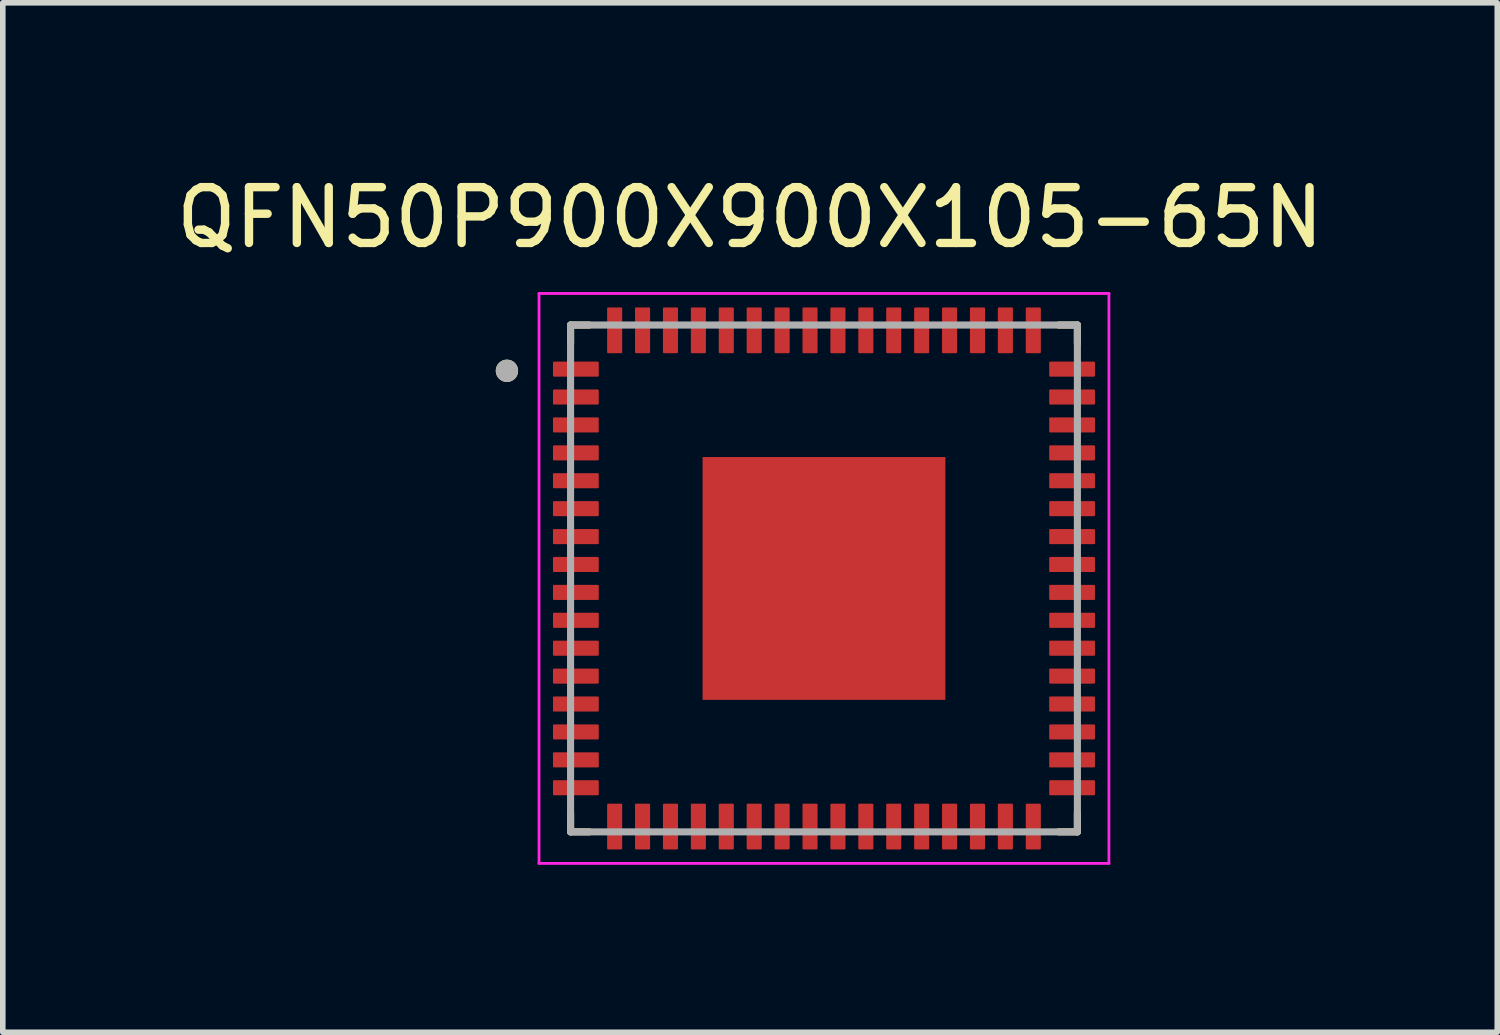
<source format=kicad_pcb>
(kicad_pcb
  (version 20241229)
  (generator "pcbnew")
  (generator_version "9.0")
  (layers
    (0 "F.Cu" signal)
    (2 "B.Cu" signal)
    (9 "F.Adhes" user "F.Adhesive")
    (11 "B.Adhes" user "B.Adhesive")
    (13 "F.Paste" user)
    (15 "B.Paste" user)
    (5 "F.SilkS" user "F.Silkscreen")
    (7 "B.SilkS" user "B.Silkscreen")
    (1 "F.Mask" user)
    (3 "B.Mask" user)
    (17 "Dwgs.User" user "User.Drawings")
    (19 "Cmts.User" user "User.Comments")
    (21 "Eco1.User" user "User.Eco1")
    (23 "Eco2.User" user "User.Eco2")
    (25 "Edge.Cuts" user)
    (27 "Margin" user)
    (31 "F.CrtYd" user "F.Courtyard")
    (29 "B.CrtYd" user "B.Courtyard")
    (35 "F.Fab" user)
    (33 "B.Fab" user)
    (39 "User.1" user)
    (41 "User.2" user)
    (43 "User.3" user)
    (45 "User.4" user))
  (footprint "QFN50P900X900X105-65N"
    (layer "F.Cu")
    (at 11.712 7.313)
    (property "Reference" "QFN50P900X900X105-65N" (at -1.325 -6.465 0) (layer "F.SilkS") (effects (font (size 1 1) (thickness 0.15))))
    (attr smd)
    (fp_line (start -4.54 -4.54) (end -4.54 -4.205) (stroke (width 0.127) (type solid)) (layer "F.SilkS"))
    (fp_line (start -4.54 -4.54) (end -4.205 -4.54) (stroke (width 0.127) (type solid)) (layer "F.SilkS"))
    (fp_line (start -4.54 4.54) (end -4.54 4.205) (stroke (width 0.127) (type solid)) (layer "F.SilkS"))
    (fp_line (start -4.54 4.54) (end -4.205 4.54) (stroke (width 0.127) (type solid)) (layer "F.SilkS"))
    (fp_line (start 4.54 -4.54) (end 4.205 -4.54) (stroke (width 0.127) (type solid)) (layer "F.SilkS"))
    (fp_line (start 4.54 -4.54) (end 4.54 -4.205) (stroke (width 0.127) (type solid)) (layer "F.SilkS"))
    (fp_line (start 4.54 4.54) (end 4.205 4.54) (stroke (width 0.127) (type solid)) (layer "F.SilkS"))
    (fp_line (start 4.54 4.54) (end 4.54 4.205) (stroke (width 0.127) (type solid)) (layer "F.SilkS"))
    (fp_circle (center -5.68 -3.72) (end -5.58 -3.72) (stroke (width 0.2) (type solid)) (fill no) (layer "F.SilkS"))
    (fp_poly (pts (xy -1.86 -1.86) (xy -0.32 -1.86) (xy -0.32 -0.32) (xy -1.86 -0.32)) (stroke (width 0.01) (type solid)) (fill yes) (layer "F.Paste"))
    (fp_poly (pts (xy -1.86 0.32) (xy -0.32 0.32) (xy -0.32 1.86) (xy -1.86 1.86)) (stroke (width 0.01) (type solid)) (fill yes) (layer "F.Paste"))
    (fp_poly (pts (xy 0.32 -1.86) (xy 1.86 -1.86) (xy 1.86 -0.32) (xy 0.32 -0.32)) (stroke (width 0.01) (type solid)) (fill yes) (layer "F.Paste"))
    (fp_poly (pts (xy 0.32 0.32) (xy 1.86 0.32) (xy 1.86 1.86) (xy 0.32 1.86)) (stroke (width 0.01) (type solid)) (fill yes) (layer "F.Paste"))
    (fp_line (start -5.105 -5.105) (end 5.105 -5.105) (stroke (width 0.05) (type solid)) (layer "F.CrtYd"))
    (fp_line (start -5.105 5.105) (end -5.105 -5.105) (stroke (width 0.05) (type solid)) (layer "F.CrtYd"))
    (fp_line (start 5.105 -5.105) (end 5.105 5.105) (stroke (width 0.05) (type solid)) (layer "F.CrtYd"))
    (fp_line (start 5.105 5.105) (end -5.105 5.105) (stroke (width 0.05) (type solid)) (layer "F.CrtYd"))
    (fp_poly (pts (xy 0 -2.575) (xy 0 -3.635) (xy -3.635 -3.635) (xy -3.635 3.635) (xy 0 3.635) (xy 0 2.575) (xy -2.575 2.575) (xy -2.575 -2.575)) (stroke (width 0.0001) (type solid)) (fill no) (layer "F.CrtYd"))
    (fp_poly (pts (xy 0 2.575) (xy 0 3.635) (xy 3.635 3.635) (xy 3.635 -3.635) (xy 0 -3.635) (xy 0 -2.575) (xy 2.575 -2.575) (xy 2.575 2.575)) (stroke (width 0.0001) (type solid)) (fill no) (layer "F.CrtYd"))
    (fp_line (start -4.54 -4.54) (end 4.54 -4.54) (stroke (width 0.127) (type solid)) (layer "F.Fab"))
    (fp_line (start -4.54 4.54) (end -4.54 -4.54) (stroke (width 0.127) (type solid)) (layer "F.Fab"))
    (fp_line (start 4.54 -4.54) (end 4.54 4.54) (stroke (width 0.127) (type solid)) (layer "F.Fab"))
    (fp_line (start 4.54 4.54) (end -4.54 4.54) (stroke (width 0.127) (type solid)) (layer "F.Fab"))
    (fp_circle (center -5.68 -3.72) (end -5.58 -3.72) (stroke (width 0.2) (type solid)) (fill no) (layer "F.Fab"))
    (pad "1" smd roundrect (at -4.445 -3.75) (size 0.82 0.27) (layers "F.Cu" "F.Mask" "F.Paste") (roundrect_rratio 0.07))
    (pad "2" smd roundrect (at -4.445 -3.25) (size 0.82 0.27) (layers "F.Cu" "F.Mask" "F.Paste") (roundrect_rratio 0.07))
    (pad "3" smd roundrect (at -4.445 -2.75) (size 0.82 0.27) (layers "F.Cu" "F.Mask" "F.Paste") (roundrect_rratio 0.07))
    (pad "4" smd roundrect (at -4.445 -2.25) (size 0.82 0.27) (layers "F.Cu" "F.Mask" "F.Paste") (roundrect_rratio 0.07))
    (pad "5" smd roundrect (at -4.445 -1.75) (size 0.82 0.27) (layers "F.Cu" "F.Mask" "F.Paste") (roundrect_rratio 0.07))
    (pad "6" smd roundrect (at -4.445 -1.25) (size 0.82 0.27) (layers "F.Cu" "F.Mask" "F.Paste") (roundrect_rratio 0.07))
    (pad "7" smd roundrect (at -4.445 -0.75) (size 0.82 0.27) (layers "F.Cu" "F.Mask" "F.Paste") (roundrect_rratio 0.07))
    (pad "8" smd roundrect (at -4.445 -0.25) (size 0.82 0.27) (layers "F.Cu" "F.Mask" "F.Paste") (roundrect_rratio 0.07))
    (pad "9" smd roundrect (at -4.445 0.25) (size 0.82 0.27) (layers "F.Cu" "F.Mask" "F.Paste") (roundrect_rratio 0.07))
    (pad "10" smd roundrect (at -4.445 0.75) (size 0.82 0.27) (layers "F.Cu" "F.Mask" "F.Paste") (roundrect_rratio 0.07))
    (pad "11" smd roundrect (at -4.445 1.25) (size 0.82 0.27) (layers "F.Cu" "F.Mask" "F.Paste") (roundrect_rratio 0.07))
    (pad "12" smd roundrect (at -4.445 1.75) (size 0.82 0.27) (layers "F.Cu" "F.Mask" "F.Paste") (roundrect_rratio 0.07))
    (pad "13" smd roundrect (at -4.445 2.25) (size 0.82 0.27) (layers "F.Cu" "F.Mask" "F.Paste") (roundrect_rratio 0.07))
    (pad "14" smd roundrect (at -4.445 2.75) (size 0.82 0.27) (layers "F.Cu" "F.Mask" "F.Paste") (roundrect_rratio 0.07))
    (pad "15" smd roundrect (at -4.445 3.25) (size 0.82 0.27) (layers "F.Cu" "F.Mask" "F.Paste") (roundrect_rratio 0.07))
    (pad "16" smd roundrect (at -4.445 3.75) (size 0.82 0.27) (layers "F.Cu" "F.Mask" "F.Paste") (roundrect_rratio 0.07))
    (pad "17" smd roundrect (at -3.75 4.445 90) (size 0.82 0.27) (layers "F.Cu" "F.Mask" "F.Paste") (roundrect_rratio 0.07))
    (pad "18" smd roundrect (at -3.25 4.445 90) (size 0.82 0.27) (layers "F.Cu" "F.Mask" "F.Paste") (roundrect_rratio 0.07))
    (pad "19" smd roundrect (at -2.75 4.445 90) (size 0.82 0.27) (layers "F.Cu" "F.Mask" "F.Paste") (roundrect_rratio 0.07))
    (pad "20" smd roundrect (at -2.25 4.445 90) (size 0.82 0.27) (layers "F.Cu" "F.Mask" "F.Paste") (roundrect_rratio 0.07))
    (pad "21" smd roundrect (at -1.75 4.445 90) (size 0.82 0.27) (layers "F.Cu" "F.Mask" "F.Paste") (roundrect_rratio 0.07))
    (pad "22" smd roundrect (at -1.25 4.445 90) (size 0.82 0.27) (layers "F.Cu" "F.Mask" "F.Paste") (roundrect_rratio 0.07))
    (pad "23" smd roundrect (at -0.75 4.445 90) (size 0.82 0.27) (layers "F.Cu" "F.Mask" "F.Paste") (roundrect_rratio 0.07))
    (pad "24" smd roundrect (at -0.25 4.445 90) (size 0.82 0.27) (layers "F.Cu" "F.Mask" "F.Paste") (roundrect_rratio 0.07))
    (pad "25" smd roundrect (at 0.25 4.445 90) (size 0.82 0.27) (layers "F.Cu" "F.Mask" "F.Paste") (roundrect_rratio 0.07))
    (pad "26" smd roundrect (at 0.75 4.445 90) (size 0.82 0.27) (layers "F.Cu" "F.Mask" "F.Paste") (roundrect_rratio 0.07))
    (pad "27" smd roundrect (at 1.25 4.445 90) (size 0.82 0.27) (layers "F.Cu" "F.Mask" "F.Paste") (roundrect_rratio 0.07))
    (pad "28" smd roundrect (at 1.75 4.445 90) (size 0.82 0.27) (layers "F.Cu" "F.Mask" "F.Paste") (roundrect_rratio 0.07))
    (pad "29" smd roundrect (at 2.25 4.445 90) (size 0.82 0.27) (layers "F.Cu" "F.Mask" "F.Paste") (roundrect_rratio 0.07))
    (pad "30" smd roundrect (at 2.75 4.445 90) (size 0.82 0.27) (layers "F.Cu" "F.Mask" "F.Paste") (roundrect_rratio 0.07))
    (pad "31" smd roundrect (at 3.25 4.445 90) (size 0.82 0.27) (layers "F.Cu" "F.Mask" "F.Paste") (roundrect_rratio 0.07))
    (pad "32" smd roundrect (at 3.75 4.445 90) (size 0.82 0.27) (layers "F.Cu" "F.Mask" "F.Paste") (roundrect_rratio 0.07))
    (pad "33" smd roundrect (at 4.445 3.75 180) (size 0.82 0.27) (layers "F.Cu" "F.Mask" "F.Paste") (roundrect_rratio 0.07))
    (pad "34" smd roundrect (at 4.445 3.25 180) (size 0.82 0.27) (layers "F.Cu" "F.Mask" "F.Paste") (roundrect_rratio 0.07))
    (pad "35" smd roundrect (at 4.445 2.75 180) (size 0.82 0.27) (layers "F.Cu" "F.Mask" "F.Paste") (roundrect_rratio 0.07))
    (pad "36" smd roundrect (at 4.445 2.25 180) (size 0.82 0.27) (layers "F.Cu" "F.Mask" "F.Paste") (roundrect_rratio 0.07))
    (pad "37" smd roundrect (at 4.445 1.75 180) (size 0.82 0.27) (layers "F.Cu" "F.Mask" "F.Paste") (roundrect_rratio 0.07))
    (pad "38" smd roundrect (at 4.445 1.25 180) (size 0.82 0.27) (layers "F.Cu" "F.Mask" "F.Paste") (roundrect_rratio 0.07))
    (pad "39" smd roundrect (at 4.445 0.75 180) (size 0.82 0.27) (layers "F.Cu" "F.Mask" "F.Paste") (roundrect_rratio 0.07))
    (pad "40" smd roundrect (at 4.445 0.25 180) (size 0.82 0.27) (layers "F.Cu" "F.Mask" "F.Paste") (roundrect_rratio 0.07))
    (pad "41" smd roundrect (at 4.445 -0.25 180) (size 0.82 0.27) (layers "F.Cu" "F.Mask" "F.Paste") (roundrect_rratio 0.07))
    (pad "42" smd roundrect (at 4.445 -0.75 180) (size 0.82 0.27) (layers "F.Cu" "F.Mask" "F.Paste") (roundrect_rratio 0.07))
    (pad "43" smd roundrect (at 4.445 -1.25 180) (size 0.82 0.27) (layers "F.Cu" "F.Mask" "F.Paste") (roundrect_rratio 0.07))
    (pad "44" smd roundrect (at 4.445 -1.75 180) (size 0.82 0.27) (layers "F.Cu" "F.Mask" "F.Paste") (roundrect_rratio 0.07))
    (pad "45" smd roundrect (at 4.445 -2.25 180) (size 0.82 0.27) (layers "F.Cu" "F.Mask" "F.Paste") (roundrect_rratio 0.07))
    (pad "46" smd roundrect (at 4.445 -2.75 180) (size 0.82 0.27) (layers "F.Cu" "F.Mask" "F.Paste") (roundrect_rratio 0.07))
    (pad "47" smd roundrect (at 4.445 -3.25 180) (size 0.82 0.27) (layers "F.Cu" "F.Mask" "F.Paste") (roundrect_rratio 0.07))
    (pad "48" smd roundrect (at 4.445 -3.75 180) (size 0.82 0.27) (layers "F.Cu" "F.Mask" "F.Paste") (roundrect_rratio 0.07))
    (pad "49" smd roundrect (at 3.75 -4.445 270) (size 0.82 0.27) (layers "F.Cu" "F.Mask" "F.Paste") (roundrect_rratio 0.07))
    (pad "50" smd roundrect (at 3.25 -4.445 270) (size 0.82 0.27) (layers "F.Cu" "F.Mask" "F.Paste") (roundrect_rratio 0.07))
    (pad "51" smd roundrect (at 2.75 -4.445 270) (size 0.82 0.27) (layers "F.Cu" "F.Mask" "F.Paste") (roundrect_rratio 0.07))
    (pad "52" smd roundrect (at 2.25 -4.445 270) (size 0.82 0.27) (layers "F.Cu" "F.Mask" "F.Paste") (roundrect_rratio 0.07))
    (pad "53" smd roundrect (at 1.75 -4.445 270) (size 0.82 0.27) (layers "F.Cu" "F.Mask" "F.Paste") (roundrect_rratio 0.07))
    (pad "54" smd roundrect (at 1.25 -4.445 270) (size 0.82 0.27) (layers "F.Cu" "F.Mask" "F.Paste") (roundrect_rratio 0.07))
    (pad "55" smd roundrect (at 0.75 -4.445 270) (size 0.82 0.27) (layers "F.Cu" "F.Mask" "F.Paste") (roundrect_rratio 0.07))
    (pad "56" smd roundrect (at 0.25 -4.445 270) (size 0.82 0.27) (layers "F.Cu" "F.Mask" "F.Paste") (roundrect_rratio 0.07))
    (pad "57" smd roundrect (at -0.25 -4.445 270) (size 0.82 0.27) (layers "F.Cu" "F.Mask" "F.Paste") (roundrect_rratio 0.07))
    (pad "58" smd roundrect (at -0.75 -4.445 270) (size 0.82 0.27) (layers "F.Cu" "F.Mask" "F.Paste") (roundrect_rratio 0.07))
    (pad "59" smd roundrect (at -1.25 -4.445 270) (size 0.82 0.27) (layers "F.Cu" "F.Mask" "F.Paste") (roundrect_rratio 0.07))
    (pad "60" smd roundrect (at -1.75 -4.445 270) (size 0.82 0.27) (layers "F.Cu" "F.Mask" "F.Paste") (roundrect_rratio 0.07))
    (pad "61" smd roundrect (at -2.25 -4.445 270) (size 0.82 0.27) (layers "F.Cu" "F.Mask" "F.Paste") (roundrect_rratio 0.07))
    (pad "62" smd roundrect (at -2.75 -4.445 270) (size 0.82 0.27) (layers "F.Cu" "F.Mask" "F.Paste") (roundrect_rratio 0.07))
    (pad "63" smd roundrect (at -3.25 -4.445 270) (size 0.82 0.27) (layers "F.Cu" "F.Mask" "F.Paste") (roundrect_rratio 0.07))
    (pad "64" smd roundrect (at -3.75 -4.445 270) (size 0.82 0.27) (layers "F.Cu" "F.Mask" "F.Paste") (roundrect_rratio 0.07))
    (pad "65" smd rect (at 0 0) (size 4.35 4.35) (layers "F.Cu" "F.Mask")))
  (gr_rect
    (start -3 -3)
    (end 23.774 15.443)
    (stroke (width 0.1) (type default))
    (fill no)
    (layer "Edge.Cuts")))
</source>
